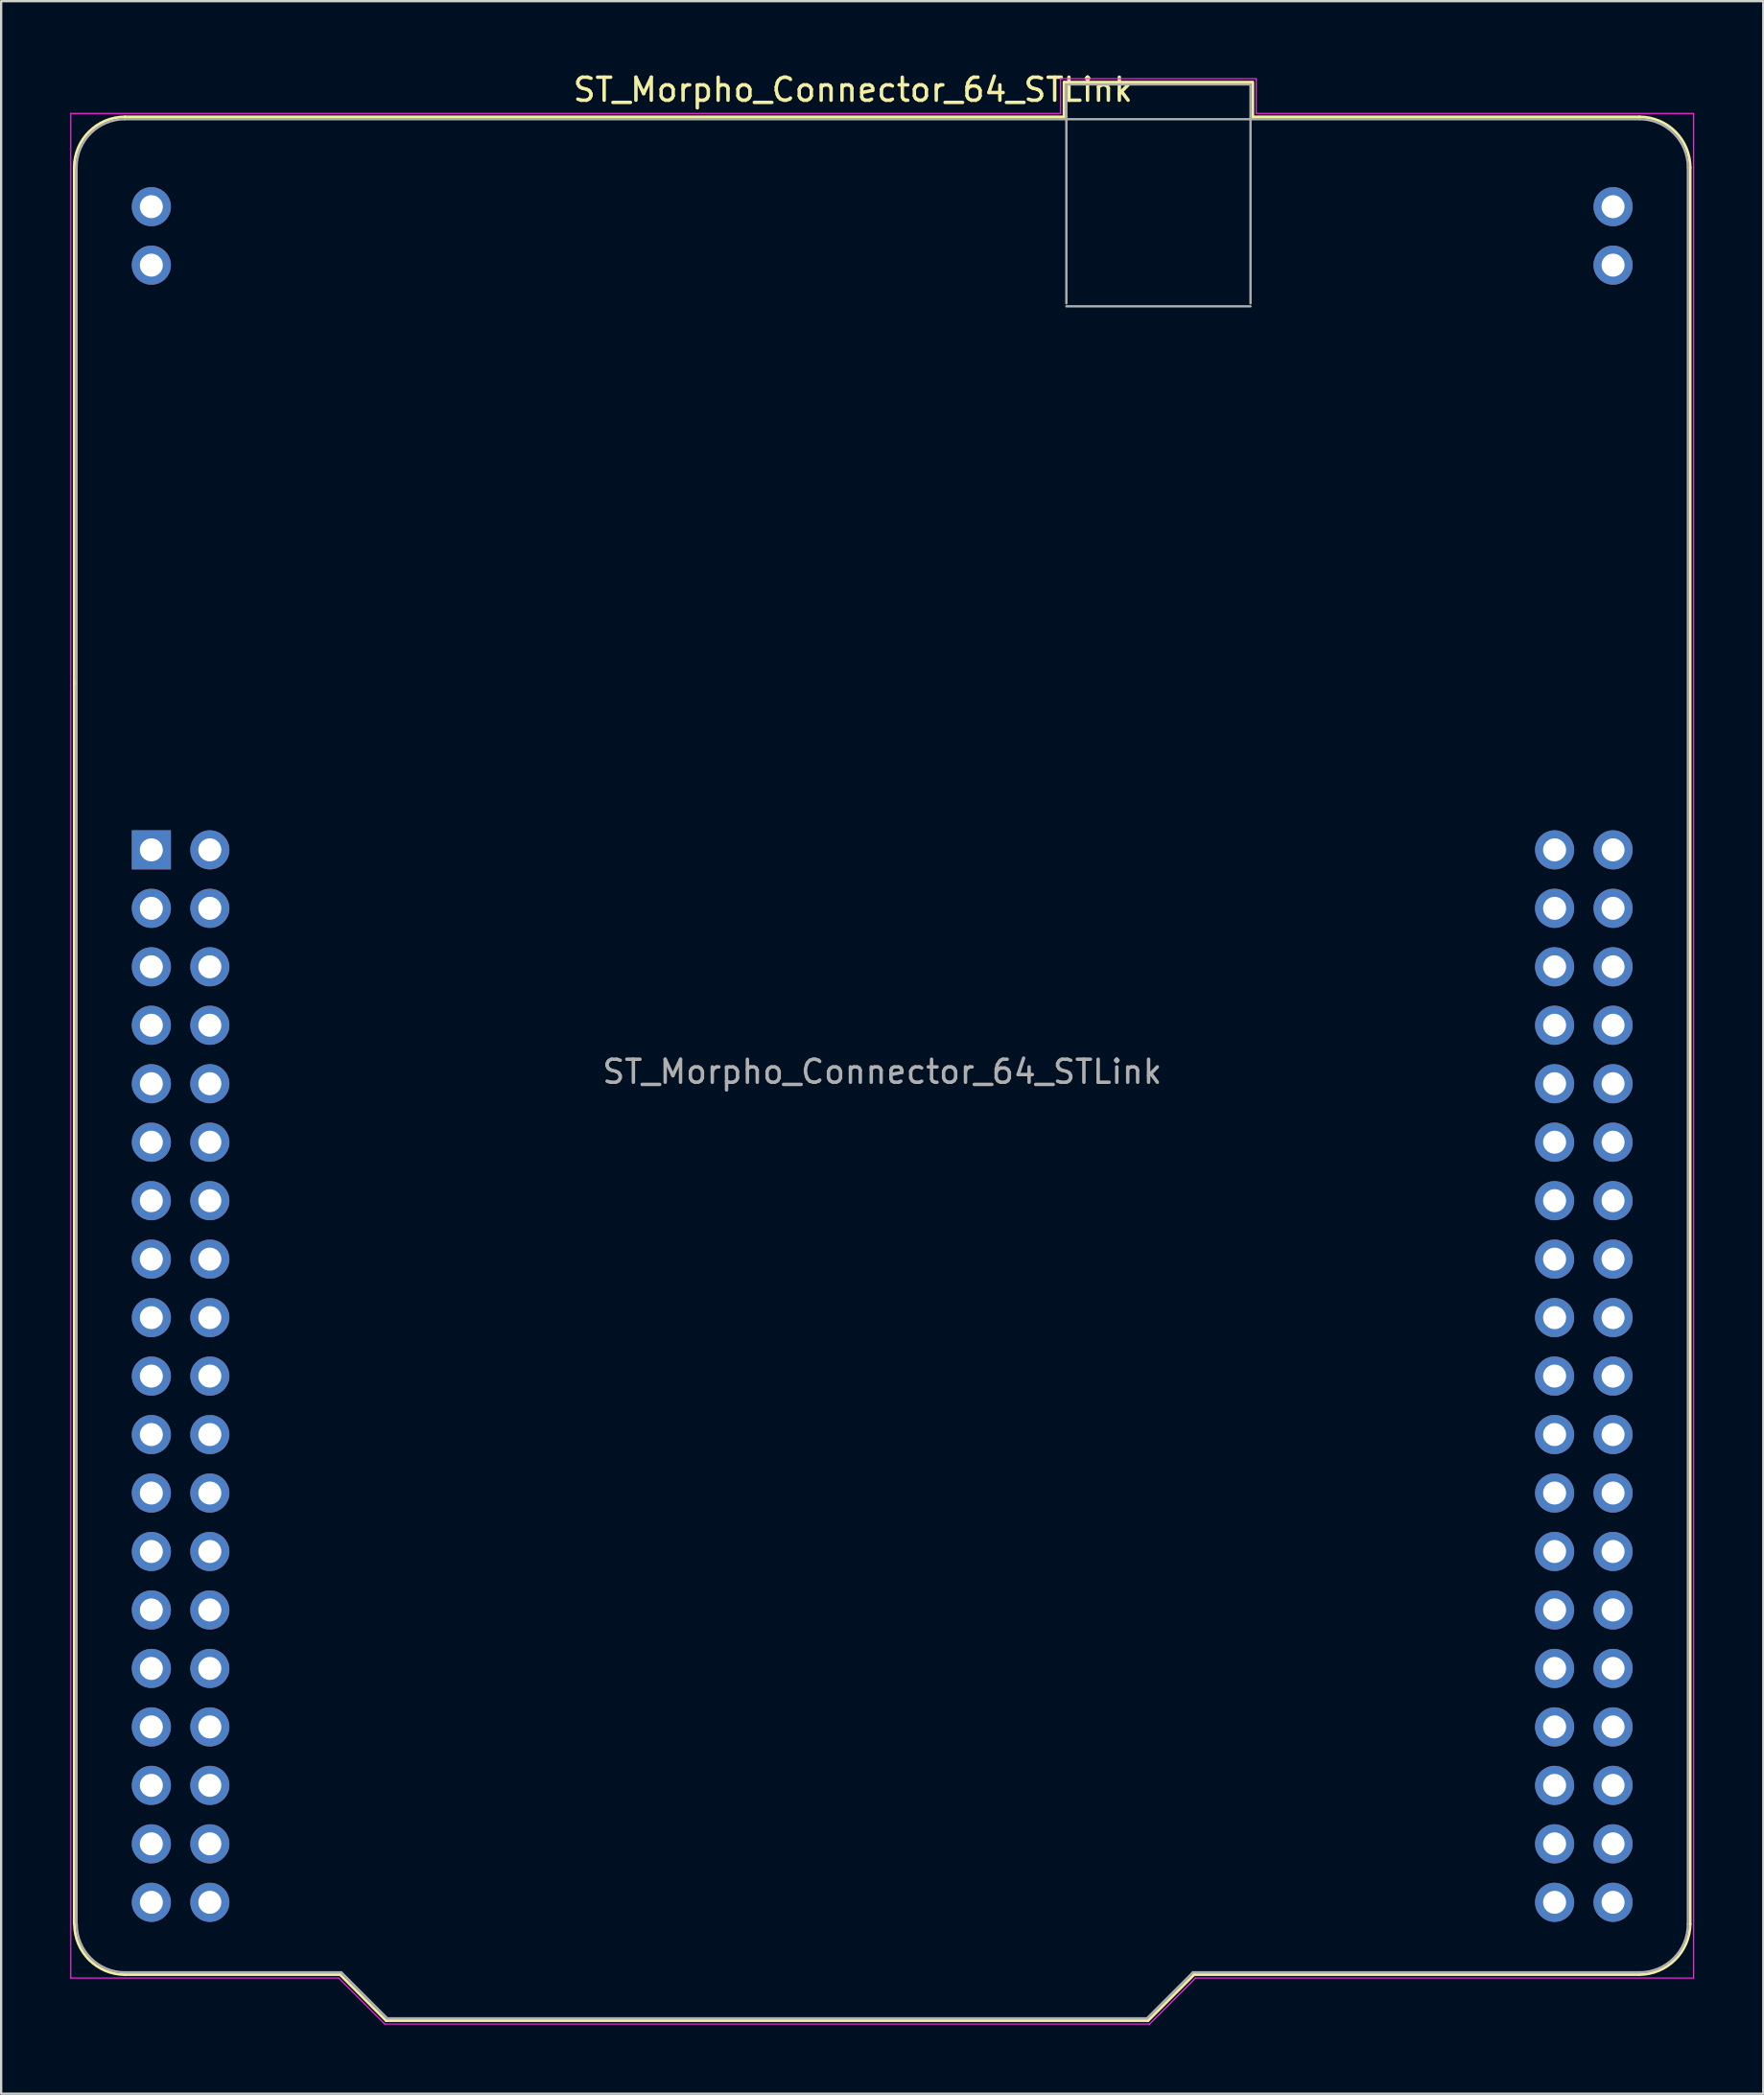
<source format=kicad_pcb>
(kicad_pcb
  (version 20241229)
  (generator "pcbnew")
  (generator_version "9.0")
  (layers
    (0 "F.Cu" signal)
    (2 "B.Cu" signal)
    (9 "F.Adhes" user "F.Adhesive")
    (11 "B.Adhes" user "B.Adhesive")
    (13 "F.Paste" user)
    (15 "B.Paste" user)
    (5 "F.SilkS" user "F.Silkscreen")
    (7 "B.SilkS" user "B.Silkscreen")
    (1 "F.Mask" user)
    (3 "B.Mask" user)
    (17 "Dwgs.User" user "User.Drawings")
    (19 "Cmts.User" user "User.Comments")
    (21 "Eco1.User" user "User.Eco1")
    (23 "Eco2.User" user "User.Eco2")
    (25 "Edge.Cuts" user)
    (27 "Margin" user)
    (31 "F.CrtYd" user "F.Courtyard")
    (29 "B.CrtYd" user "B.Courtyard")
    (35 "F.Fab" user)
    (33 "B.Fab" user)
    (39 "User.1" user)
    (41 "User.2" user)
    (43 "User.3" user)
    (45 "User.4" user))
  (footprint "ST_Morpho_Connector_64_STLink"
    (layer "F.Cu")
    (at 3.525 33.868)
    (property "Reference" "ST_Morpho_Connector_64_STLink" (at 30.48 -33.02 0) (layer "F.SilkS") (effects (font (size 1 1) (thickness 0.15))))
    (attr through_hole)
    (fp_line (start -3.35 -29.64) (end -3.35 46.66) (stroke (width 0.12) (type solid)) (layer "F.SilkS"))
    (fp_line (start -3.301 -7.229) (end -3.302 -7.235) (stroke (width 0.1) (type solid)) (layer "F.SilkS"))
    (fp_line (start -1.15 -31.84) (end 39.65 -31.84) (stroke (width 0.12) (type solid)) (layer "F.SilkS"))
    (fp_line (start 8.2 48.86) (end -1.15 48.86) (stroke (width 0.12) (type solid)) (layer "F.SilkS"))
    (fp_line (start 10.2 50.86) (end 8.2 48.86) (stroke (width 0.12) (type solid)) (layer "F.SilkS"))
    (fp_line (start 39.65 -31.84) (end 39.65 -33.35) (stroke (width 0.12) (type solid)) (layer "F.SilkS"))
    (fp_line (start 43.3 50.86) (end 10.2 50.86) (stroke (width 0.12) (type solid)) (layer "F.SilkS"))
    (fp_line (start 45.3 48.86) (end 43.3 50.86) (stroke (width 0.12) (type solid)) (layer "F.SilkS"))
    (fp_line (start 47.82 -33.35) (end 39.65 -33.35) (stroke (width 0.12) (type solid)) (layer "F.SilkS"))
    (fp_line (start 47.85 -31.84) (end 47.85 -33.35) (stroke (width 0.12) (type solid)) (layer "F.SilkS"))
    (fp_line (start 64.63 48.86) (end 45.3 48.86) (stroke (width 0.12) (type solid)) (layer "F.SilkS"))
    (fp_line (start 64.65 -31.84) (end 47.85 -31.84) (stroke (width 0.12) (type solid)) (layer "F.SilkS"))
    (fp_line (start 66.85 -29.64) (end 66.85 46.66) (stroke (width 0.12) (type solid)) (layer "F.SilkS"))
    (fp_arc (start -3.35 -29.64) (mid -2.705584 -31.195542) (end -1.15 -31.839856) (stroke (width 0.12) (type solid)) (layer "F.SilkS"))
    (fp_arc (start -1.15 48.86) (mid -2.698564 48.218564) (end -3.34 46.67) (stroke (width 0.12) (type solid)) (layer "F.SilkS"))
    (fp_arc (start 64.65 -31.84) (mid 66.205635 -31.195635) (end 66.85 -29.64) (stroke (width 0.12) (type solid)) (layer "F.SilkS"))
    (fp_arc (start 66.85 46.65986) (mid 66.189548 48.217086) (end 64.625 48.86) (stroke (width 0.12) (type solid)) (layer "F.SilkS"))
    (fp_line (start -3.5 -31.99) (end -3.5 49.01) (stroke (width 0.05) (type solid)) (layer "F.CrtYd"))
    (fp_line (start -3.5 -31.99) (end 39.5 -31.99) (stroke (width 0.05) (type solid)) (layer "F.CrtYd"))
    (fp_line (start 8.14 49.01) (end -3.5 49.01) (stroke (width 0.05) (type solid)) (layer "F.CrtYd"))
    (fp_line (start 8.14 49.01) (end 10.14 51.01) (stroke (width 0.05) (type solid)) (layer "F.CrtYd"))
    (fp_line (start 39.5 -33.5) (end 39.5 -31.99) (stroke (width 0.05) (type solid)) (layer "F.CrtYd"))
    (fp_line (start 39.5 -33.5) (end 48 -33.5) (stroke (width 0.05) (type solid)) (layer "F.CrtYd"))
    (fp_line (start 43.36 51.01) (end 10.14 51.01) (stroke (width 0.05) (type solid)) (layer "F.CrtYd"))
    (fp_line (start 45.36 49.01) (end 43.36 51.01) (stroke (width 0.05) (type solid)) (layer "F.CrtYd"))
    (fp_line (start 48 -31.99) (end 48 -33.5) (stroke (width 0.05) (type solid)) (layer "F.CrtYd"))
    (fp_line (start 67 -31.99) (end 48 -31.99) (stroke (width 0.05) (type solid)) (layer "F.CrtYd"))
    (fp_line (start 67 49.01) (end 45.36 49.01) (stroke (width 0.05) (type solid)) (layer "F.CrtYd"))
    (fp_line (start 67 49.01) (end 67 -31.99) (stroke (width 0.05) (type solid)) (layer "F.CrtYd"))
    (fp_line (start -3.25 46.66) (end -3.25 -29.64) (stroke (width 0.1) (type solid)) (layer "F.Fab"))
    (fp_line (start -1.15 -31.74) (end 64.65 -31.74) (stroke (width 0.1) (type solid)) (layer "F.Fab"))
    (fp_line (start 8.25 48.76) (end -1.15 48.76) (stroke (width 0.1) (type solid)) (layer "F.Fab"))
    (fp_line (start 10.25 50.76) (end 8.25 48.76) (stroke (width 0.1) (type solid)) (layer "F.Fab"))
    (fp_line (start 10.25 50.76) (end 43.25 50.76) (stroke (width 0.1) (type solid)) (layer "F.Fab"))
    (fp_line (start 39.75 -23.74) (end 39.75 -33.25) (stroke (width 0.1) (type solid)) (layer "F.Fab"))
    (fp_line (start 43.25 50.76) (end 45.25 48.76) (stroke (width 0.1) (type solid)) (layer "F.Fab"))
    (fp_line (start 45.25 48.76) (end 64.65 48.76) (stroke (width 0.1) (type solid)) (layer "F.Fab"))
    (fp_line (start 47.75 -33.25) (end 39.75 -33.25) (stroke (width 0.1) (type solid)) (layer "F.Fab"))
    (fp_line (start 47.75 -23.74) (end 47.75 -33.25) (stroke (width 0.1) (type solid)) (layer "F.Fab"))
    (fp_line (start 47.75 -23.61) (end 39.75 -23.61) (stroke (width 0.1) (type solid)) (layer "F.Fab"))
    (fp_line (start 66.75 -29.64) (end 66.75 46.66) (stroke (width 0.1) (type solid)) (layer "F.Fab"))
    (fp_arc (start -3.25 -29.64) (mid -2.634924 -31.124924) (end -1.15 -31.74) (stroke (width 0.1) (type solid)) (layer "F.Fab"))
    (fp_arc (start -1.15 48.76) (mid -2.627853 48.147853) (end -3.24 46.67) (stroke (width 0.1) (type solid)) (layer "F.Fab"))
    (fp_arc (start 64.65 -31.74) (mid 66.134924 -31.124924) (end 66.75 -29.64) (stroke (width 0.1) (type solid)) (layer "F.Fab"))
    (fp_arc (start 66.75 46.66) (mid 66.134924 48.144924) (end 64.65 48.76) (stroke (width 0.1) (type solid)) (layer "F.Fab"))
    (fp_text user "${REFERENCE}" (at 31.75 9.64 0) (layer "F.Fab") (effects (font (size 1 1) (thickness 0.15))))
    (pad "1" thru_hole rect (at 0 0) (size 1.7 1.7) (drill 1) (layers "*.Cu" "*.Mask"))
    (pad "2" thru_hole circle (at 2.54 0) (size 1.7 1.7) (drill 1) (layers "*.Cu" "*.Mask"))
    (pad "3" thru_hole circle (at 0 2.54) (size 1.7 1.7) (drill 1) (layers "*.Cu" "*.Mask"))
    (pad "4" thru_hole circle (at 2.54 2.54) (size 1.7 1.7) (drill 1) (layers "*.Cu" "*.Mask"))
    (pad "5" thru_hole circle (at 0 5.08) (size 1.7 1.7) (drill 1) (layers "*.Cu" "*.Mask"))
    (pad "6" thru_hole circle (at 2.54 5.08) (size 1.7 1.7) (drill 1) (layers "*.Cu" "*.Mask"))
    (pad "7" thru_hole circle (at 0 7.62) (size 1.7 1.7) (drill 1) (layers "*.Cu" "*.Mask"))
    (pad "8" thru_hole circle (at 2.54 7.62) (size 1.7 1.7) (drill 1) (layers "*.Cu" "*.Mask"))
    (pad "9" thru_hole circle (at 0 10.16) (size 1.7 1.7) (drill 1) (layers "*.Cu" "*.Mask"))
    (pad "10" thru_hole circle (at 2.54 10.16) (size 1.7 1.7) (drill 1) (layers "*.Cu" "*.Mask"))
    (pad "11" thru_hole circle (at 0 12.7) (size 1.7 1.7) (drill 1) (layers "*.Cu" "*.Mask"))
    (pad "12" thru_hole circle (at 2.54 12.7) (size 1.7 1.7) (drill 1) (layers "*.Cu" "*.Mask"))
    (pad "13" thru_hole circle (at 0 15.24) (size 1.7 1.7) (drill 1) (layers "*.Cu" "*.Mask"))
    (pad "14" thru_hole circle (at 2.54 15.24) (size 1.7 1.7) (drill 1) (layers "*.Cu" "*.Mask"))
    (pad "15" thru_hole circle (at 0 17.78) (size 1.7 1.7) (drill 1) (layers "*.Cu" "*.Mask"))
    (pad "16" thru_hole circle (at 2.54 17.78) (size 1.7 1.7) (drill 1) (layers "*.Cu" "*.Mask"))
    (pad "17" thru_hole circle (at 0 20.32) (size 1.7 1.7) (drill 1) (layers "*.Cu" "*.Mask"))
    (pad "18" thru_hole circle (at 2.54 20.32) (size 1.7 1.7) (drill 1) (layers "*.Cu" "*.Mask"))
    (pad "19" thru_hole circle (at 0 22.86) (size 1.7 1.7) (drill 1) (layers "*.Cu" "*.Mask"))
    (pad "20" thru_hole circle (at 2.54 22.86) (size 1.7 1.7) (drill 1) (layers "*.Cu" "*.Mask"))
    (pad "21" thru_hole circle (at 0 25.4) (size 1.7 1.7) (drill 1) (layers "*.Cu" "*.Mask"))
    (pad "22" thru_hole circle (at 2.54 25.4) (size 1.7 1.7) (drill 1) (layers "*.Cu" "*.Mask"))
    (pad "23" thru_hole circle (at 0 27.94) (size 1.7 1.7) (drill 1) (layers "*.Cu" "*.Mask"))
    (pad "24" thru_hole circle (at 2.54 27.94) (size 1.7 1.7) (drill 1) (layers "*.Cu" "*.Mask"))
    (pad "25" thru_hole circle (at 0 30.48) (size 1.7 1.7) (drill 1) (layers "*.Cu" "*.Mask"))
    (pad "26" thru_hole circle (at 2.54 30.48) (size 1.7 1.7) (drill 1) (layers "*.Cu" "*.Mask"))
    (pad "27" thru_hole circle (at 0 33.02) (size 1.7 1.7) (drill 1) (layers "*.Cu" "*.Mask"))
    (pad "28" thru_hole circle (at 2.54 33.02) (size 1.7 1.7) (drill 1) (layers "*.Cu" "*.Mask"))
    (pad "29" thru_hole circle (at 0 35.56) (size 1.7 1.7) (drill 1) (layers "*.Cu" "*.Mask"))
    (pad "30" thru_hole circle (at 2.54 35.56) (size 1.7 1.7) (drill 1) (layers "*.Cu" "*.Mask"))
    (pad "31" thru_hole circle (at 0 38.1) (size 1.7 1.7) (drill 1) (layers "*.Cu" "*.Mask"))
    (pad "32" thru_hole circle (at 2.54 38.1) (size 1.7 1.7) (drill 1) (layers "*.Cu" "*.Mask"))
    (pad "33" thru_hole circle (at 0 40.64) (size 1.7 1.7) (drill 1) (layers "*.Cu" "*.Mask"))
    (pad "34" thru_hole circle (at 2.54 40.64) (size 1.7 1.7) (drill 1) (layers "*.Cu" "*.Mask"))
    (pad "35" thru_hole circle (at 0 43.18) (size 1.7 1.7) (drill 1) (layers "*.Cu" "*.Mask"))
    (pad "36" thru_hole circle (at 2.54 43.18) (size 1.7 1.7) (drill 1) (layers "*.Cu" "*.Mask"))
    (pad "37" thru_hole circle (at 0 45.72) (size 1.7 1.7) (drill 1) (layers "*.Cu" "*.Mask"))
    (pad "38" thru_hole circle (at 2.54 45.72) (size 1.7 1.7) (drill 1) (layers "*.Cu" "*.Mask"))
    (pad "39" thru_hole circle (at 60.96 0) (size 1.7 1.7) (drill 1) (layers "*.Cu" "*.Mask"))
    (pad "40" thru_hole circle (at 63.5 0) (size 1.7 1.7) (drill 1) (layers "*.Cu" "*.Mask"))
    (pad "41" thru_hole circle (at 60.96 2.54) (size 1.7 1.7) (drill 1) (layers "*.Cu" "*.Mask"))
    (pad "42" thru_hole circle (at 63.5 2.54) (size 1.7 1.7) (drill 1) (layers "*.Cu" "*.Mask"))
    (pad "43" thru_hole circle (at 60.96 5.08) (size 1.7 1.7) (drill 1) (layers "*.Cu" "*.Mask"))
    (pad "44" thru_hole circle (at 63.5 5.08) (size 1.7 1.7) (drill 1) (layers "*.Cu" "*.Mask"))
    (pad "45" thru_hole circle (at 60.96 7.62) (size 1.7 1.7) (drill 1) (layers "*.Cu" "*.Mask"))
    (pad "46" thru_hole circle (at 63.5 7.62) (size 1.7 1.7) (drill 1) (layers "*.Cu" "*.Mask"))
    (pad "47" thru_hole circle (at 60.96 10.16) (size 1.7 1.7) (drill 1) (layers "*.Cu" "*.Mask"))
    (pad "48" thru_hole circle (at 63.5 10.16) (size 1.7 1.7) (drill 1) (layers "*.Cu" "*.Mask"))
    (pad "49" thru_hole circle (at 60.96 12.7) (size 1.7 1.7) (drill 1) (layers "*.Cu" "*.Mask"))
    (pad "50" thru_hole circle (at 63.5 12.7) (size 1.7 1.7) (drill 1) (layers "*.Cu" "*.Mask"))
    (pad "51" thru_hole circle (at 60.96 15.24) (size 1.7 1.7) (drill 1) (layers "*.Cu" "*.Mask"))
    (pad "52" thru_hole circle (at 63.5 15.24) (size 1.7 1.7) (drill 1) (layers "*.Cu" "*.Mask"))
    (pad "53" thru_hole circle (at 60.96 17.78) (size 1.7 1.7) (drill 1) (layers "*.Cu" "*.Mask"))
    (pad "54" thru_hole circle (at 63.5 17.78) (size 1.7 1.7) (drill 1) (layers "*.Cu" "*.Mask"))
    (pad "55" thru_hole circle (at 60.96 20.32) (size 1.7 1.7) (drill 1) (layers "*.Cu" "*.Mask"))
    (pad "56" thru_hole circle (at 63.5 20.32) (size 1.7 1.7) (drill 1) (layers "*.Cu" "*.Mask"))
    (pad "57" thru_hole circle (at 60.96 22.86) (size 1.7 1.7) (drill 1) (layers "*.Cu" "*.Mask"))
    (pad "58" thru_hole circle (at 63.5 22.86) (size 1.7 1.7) (drill 1) (layers "*.Cu" "*.Mask"))
    (pad "59" thru_hole circle (at 60.96 25.4) (size 1.7 1.7) (drill 1) (layers "*.Cu" "*.Mask"))
    (pad "60" thru_hole circle (at 63.5 25.4) (size 1.7 1.7) (drill 1) (layers "*.Cu" "*.Mask"))
    (pad "61" thru_hole circle (at 60.96 27.94) (size 1.7 1.7) (drill 1) (layers "*.Cu" "*.Mask"))
    (pad "62" thru_hole circle (at 63.5 27.94) (size 1.7 1.7) (drill 1) (layers "*.Cu" "*.Mask"))
    (pad "63" thru_hole circle (at 60.96 30.48) (size 1.7 1.7) (drill 1) (layers "*.Cu" "*.Mask"))
    (pad "64" thru_hole circle (at 63.5 30.48) (size 1.7 1.7) (drill 1) (layers "*.Cu" "*.Mask"))
    (pad "65" thru_hole circle (at 60.96 33.02) (size 1.7 1.7) (drill 1) (layers "*.Cu" "*.Mask"))
    (pad "66" thru_hole circle (at 63.5 33.02) (size 1.7 1.7) (drill 1) (layers "*.Cu" "*.Mask"))
    (pad "67" thru_hole circle (at 60.96 35.56) (size 1.7 1.7) (drill 1) (layers "*.Cu" "*.Mask"))
    (pad "68" thru_hole circle (at 63.5 35.56) (size 1.7 1.7) (drill 1) (layers "*.Cu" "*.Mask"))
    (pad "69" thru_hole circle (at 60.96 38.1) (size 1.7 1.7) (drill 1) (layers "*.Cu" "*.Mask"))
    (pad "70" thru_hole circle (at 63.5 38.1) (size 1.7 1.7) (drill 1) (layers "*.Cu" "*.Mask"))
    (pad "71" thru_hole circle (at 60.96 40.64) (size 1.7 1.7) (drill 1) (layers "*.Cu" "*.Mask"))
    (pad "72" thru_hole circle (at 63.5 40.64) (size 1.7 1.7) (drill 1) (layers "*.Cu" "*.Mask"))
    (pad "73" thru_hole circle (at 60.96 43.18) (size 1.7 1.7) (drill 1) (layers "*.Cu" "*.Mask"))
    (pad "74" thru_hole circle (at 63.5 43.18) (size 1.7 1.7) (drill 1) (layers "*.Cu" "*.Mask"))
    (pad "75" thru_hole circle (at 60.96 45.72) (size 1.7 1.7) (drill 1) (layers "*.Cu" "*.Mask"))
    (pad "76" thru_hole circle (at 63.5 45.72) (size 1.7 1.7) (drill 1) (layers "*.Cu" "*.Mask"))
    (pad "77" thru_hole circle (at 0 -27.94) (size 1.7 1.7) (drill 1) (layers "*.Cu" "*.Mask"))
    (pad "78" thru_hole circle (at 0 -25.4) (size 1.7 1.7) (drill 1) (layers "*.Cu" "*.Mask"))
    (pad "79" thru_hole circle (at 63.5 -27.94) (size 1.7 1.7) (drill 1) (layers "*.Cu" "*.Mask"))
    (pad "80" thru_hole circle (at 63.5 -25.4) (size 1.7 1.7) (drill 1) (layers "*.Cu" "*.Mask")))
  (gr_rect
    (start -3 -3)
    (end 73.55 87.903)
    (stroke (width 0.1) (type default))
    (fill no)
    (layer "Edge.Cuts")))
</source>
